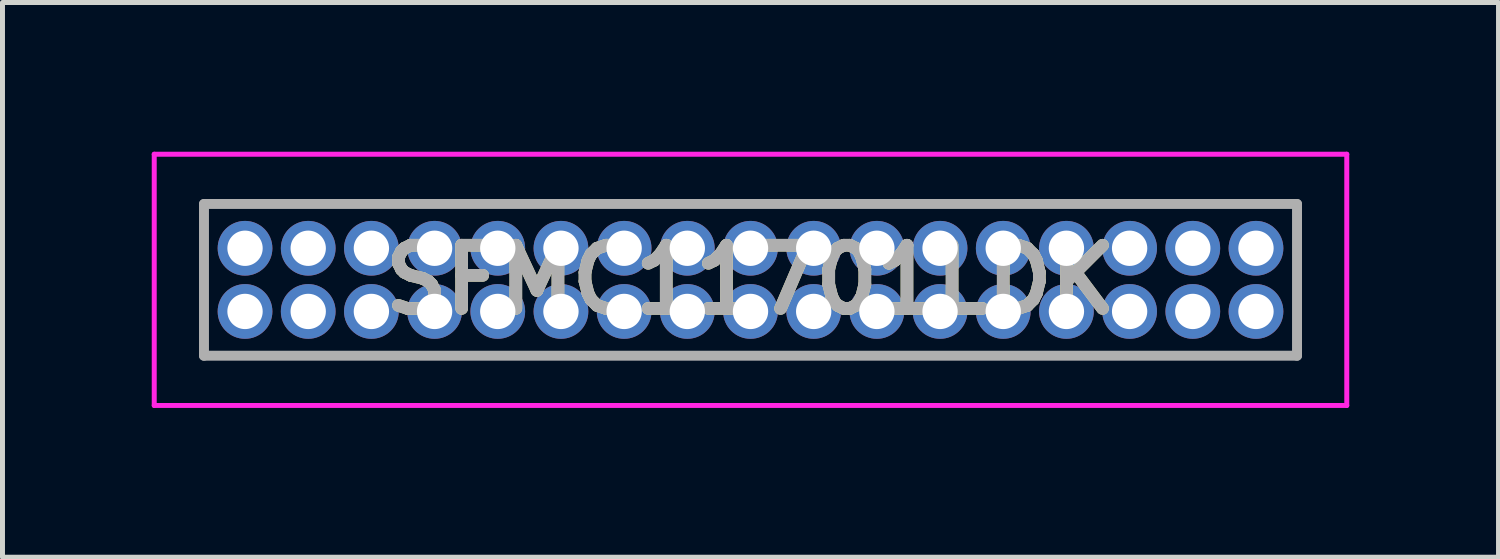
<source format=kicad_pcb>
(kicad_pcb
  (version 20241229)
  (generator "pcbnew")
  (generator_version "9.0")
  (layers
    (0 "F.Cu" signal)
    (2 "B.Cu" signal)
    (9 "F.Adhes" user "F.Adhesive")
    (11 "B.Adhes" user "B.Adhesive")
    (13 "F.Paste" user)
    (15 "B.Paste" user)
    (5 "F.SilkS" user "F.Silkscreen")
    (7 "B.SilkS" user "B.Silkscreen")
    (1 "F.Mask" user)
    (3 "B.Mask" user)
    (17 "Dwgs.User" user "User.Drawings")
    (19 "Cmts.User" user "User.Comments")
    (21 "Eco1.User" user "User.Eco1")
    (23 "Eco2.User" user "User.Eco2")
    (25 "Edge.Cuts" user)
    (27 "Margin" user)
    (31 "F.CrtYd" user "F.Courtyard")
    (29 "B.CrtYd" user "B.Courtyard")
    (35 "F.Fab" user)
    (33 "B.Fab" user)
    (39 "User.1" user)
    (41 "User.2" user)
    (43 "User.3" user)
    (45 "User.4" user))
  (footprint "SFMC11701LDK"
    (layer "F.Cu")
    (at 1.875 3.21)
    (property "Reference" "SFMC11701LDK" (at 10.16 -0.635 0) (layer "F.SilkS") (effects (font (size 1.27 1.27) (thickness 0.254))))
    (attr through_hole)
    (fp_line (start -0.825 -2.16) (end 21.145 -2.16) (stroke (width 0.1) (type solid)) (layer "F.SilkS"))
    (fp_line (start -0.825 0.89) (end -0.825 -2.16) (stroke (width 0.1) (type solid)) (layer "F.SilkS"))
    (fp_line (start 21.145 -2.16) (end 21.145 0.89) (stroke (width 0.1) (type solid)) (layer "F.SilkS"))
    (fp_line (start 21.145 0.89) (end -0.825 0.89) (stroke (width 0.1) (type solid)) (layer "F.SilkS"))
    (fp_line (start -1.825 -3.16) (end 22.145 -3.16) (stroke (width 0.1) (type solid)) (layer "F.CrtYd"))
    (fp_line (start -1.825 1.89) (end -1.825 -3.16) (stroke (width 0.1) (type solid)) (layer "F.CrtYd"))
    (fp_line (start 22.145 -3.16) (end 22.145 1.89) (stroke (width 0.1) (type solid)) (layer "F.CrtYd"))
    (fp_line (start 22.145 1.89) (end -1.825 1.89) (stroke (width 0.1) (type solid)) (layer "F.CrtYd"))
    (fp_line (start -0.825 -2.16) (end 21.145 -2.16) (stroke (width 0.2) (type solid)) (layer "F.Fab"))
    (fp_line (start -0.825 0.89) (end -0.825 -2.16) (stroke (width 0.2) (type solid)) (layer "F.Fab"))
    (fp_line (start 21.145 -2.16) (end 21.145 0.89) (stroke (width 0.2) (type solid)) (layer "F.Fab"))
    (fp_line (start 21.145 0.89) (end -0.825 0.89) (stroke (width 0.2) (type solid)) (layer "F.Fab"))
    (fp_text user "${REFERENCE}" (at 10.16 -0.635 0) (layer "F.Fab") (effects (font (size 1.27 1.27) (thickness 0.254))))
    (pad "1" thru_hole circle (at 0 0) (size 1.1 1.1) (drill 0.71) (layers "*.Cu" "*.Mask"))
    (pad "2" thru_hole circle (at 0 -1.27) (size 1.1 1.1) (drill 0.71) (layers "*.Cu" "*.Mask"))
    (pad "3" thru_hole circle (at 1.27 0) (size 1.1 1.1) (drill 0.71) (layers "*.Cu" "*.Mask"))
    (pad "4" thru_hole circle (at 1.27 -1.27) (size 1.1 1.1) (drill 0.71) (layers "*.Cu" "*.Mask"))
    (pad "5" thru_hole circle (at 2.54 0) (size 1.1 1.1) (drill 0.71) (layers "*.Cu" "*.Mask"))
    (pad "6" thru_hole circle (at 2.54 -1.27) (size 1.1 1.1) (drill 0.71) (layers "*.Cu" "*.Mask"))
    (pad "7" thru_hole circle (at 3.81 0) (size 1.1 1.1) (drill 0.71) (layers "*.Cu" "*.Mask"))
    (pad "8" thru_hole circle (at 3.81 -1.27) (size 1.1 1.1) (drill 0.71) (layers "*.Cu" "*.Mask"))
    (pad "9" thru_hole circle (at 5.08 0) (size 1.1 1.1) (drill 0.71) (layers "*.Cu" "*.Mask"))
    (pad "10" thru_hole circle (at 5.08 -1.27) (size 1.1 1.1) (drill 0.71) (layers "*.Cu" "*.Mask"))
    (pad "11" thru_hole circle (at 6.35 0) (size 1.1 1.1) (drill 0.71) (layers "*.Cu" "*.Mask"))
    (pad "12" thru_hole circle (at 6.35 -1.27) (size 1.1 1.1) (drill 0.71) (layers "*.Cu" "*.Mask"))
    (pad "13" thru_hole circle (at 7.62 0) (size 1.1 1.1) (drill 0.71) (layers "*.Cu" "*.Mask"))
    (pad "14" thru_hole circle (at 7.62 -1.27) (size 1.1 1.1) (drill 0.71) (layers "*.Cu" "*.Mask"))
    (pad "15" thru_hole circle (at 8.89 0) (size 1.1 1.1) (drill 0.71) (layers "*.Cu" "*.Mask"))
    (pad "16" thru_hole circle (at 8.89 -1.27) (size 1.1 1.1) (drill 0.71) (layers "*.Cu" "*.Mask"))
    (pad "17" thru_hole circle (at 10.16 0) (size 1.1 1.1) (drill 0.71) (layers "*.Cu" "*.Mask"))
    (pad "18" thru_hole circle (at 10.16 -1.27) (size 1.1 1.1) (drill 0.71) (layers "*.Cu" "*.Mask"))
    (pad "19" thru_hole circle (at 11.43 0) (size 1.1 1.1) (drill 0.71) (layers "*.Cu" "*.Mask"))
    (pad "20" thru_hole circle (at 11.43 -1.27) (size 1.1 1.1) (drill 0.71) (layers "*.Cu" "*.Mask"))
    (pad "21" thru_hole circle (at 12.7 0) (size 1.1 1.1) (drill 0.71) (layers "*.Cu" "*.Mask"))
    (pad "22" thru_hole circle (at 12.7 -1.27) (size 1.1 1.1) (drill 0.71) (layers "*.Cu" "*.Mask"))
    (pad "23" thru_hole circle (at 13.97 0) (size 1.1 1.1) (drill 0.71) (layers "*.Cu" "*.Mask"))
    (pad "24" thru_hole circle (at 13.97 -1.27) (size 1.1 1.1) (drill 0.71) (layers "*.Cu" "*.Mask"))
    (pad "25" thru_hole circle (at 15.24 0) (size 1.1 1.1) (drill 0.71) (layers "*.Cu" "*.Mask"))
    (pad "26" thru_hole circle (at 15.24 -1.27) (size 1.1 1.1) (drill 0.71) (layers "*.Cu" "*.Mask"))
    (pad "27" thru_hole circle (at 16.51 0) (size 1.1 1.1) (drill 0.71) (layers "*.Cu" "*.Mask"))
    (pad "28" thru_hole circle (at 16.51 -1.27) (size 1.1 1.1) (drill 0.71) (layers "*.Cu" "*.Mask"))
    (pad "29" thru_hole circle (at 17.78 0) (size 1.1 1.1) (drill 0.71) (layers "*.Cu" "*.Mask"))
    (pad "30" thru_hole circle (at 17.78 -1.27) (size 1.1 1.1) (drill 0.71) (layers "*.Cu" "*.Mask"))
    (pad "31" thru_hole circle (at 19.05 0) (size 1.1 1.1) (drill 0.71) (layers "*.Cu" "*.Mask"))
    (pad "32" thru_hole circle (at 19.05 -1.27) (size 1.1 1.1) (drill 0.71) (layers "*.Cu" "*.Mask"))
    (pad "33" thru_hole circle (at 20.32 0) (size 1.1 1.1) (drill 0.71) (layers "*.Cu" "*.Mask"))
    (pad "34" thru_hole circle (at 20.32 -1.27) (size 1.1 1.1) (drill 0.71) (layers "*.Cu" "*.Mask")))
  (gr_rect
    (start -3 -3)
    (end 27.07 8.15)
    (stroke (width 0.1) (type default))
    (fill no)
    (layer "Edge.Cuts")))
</source>
